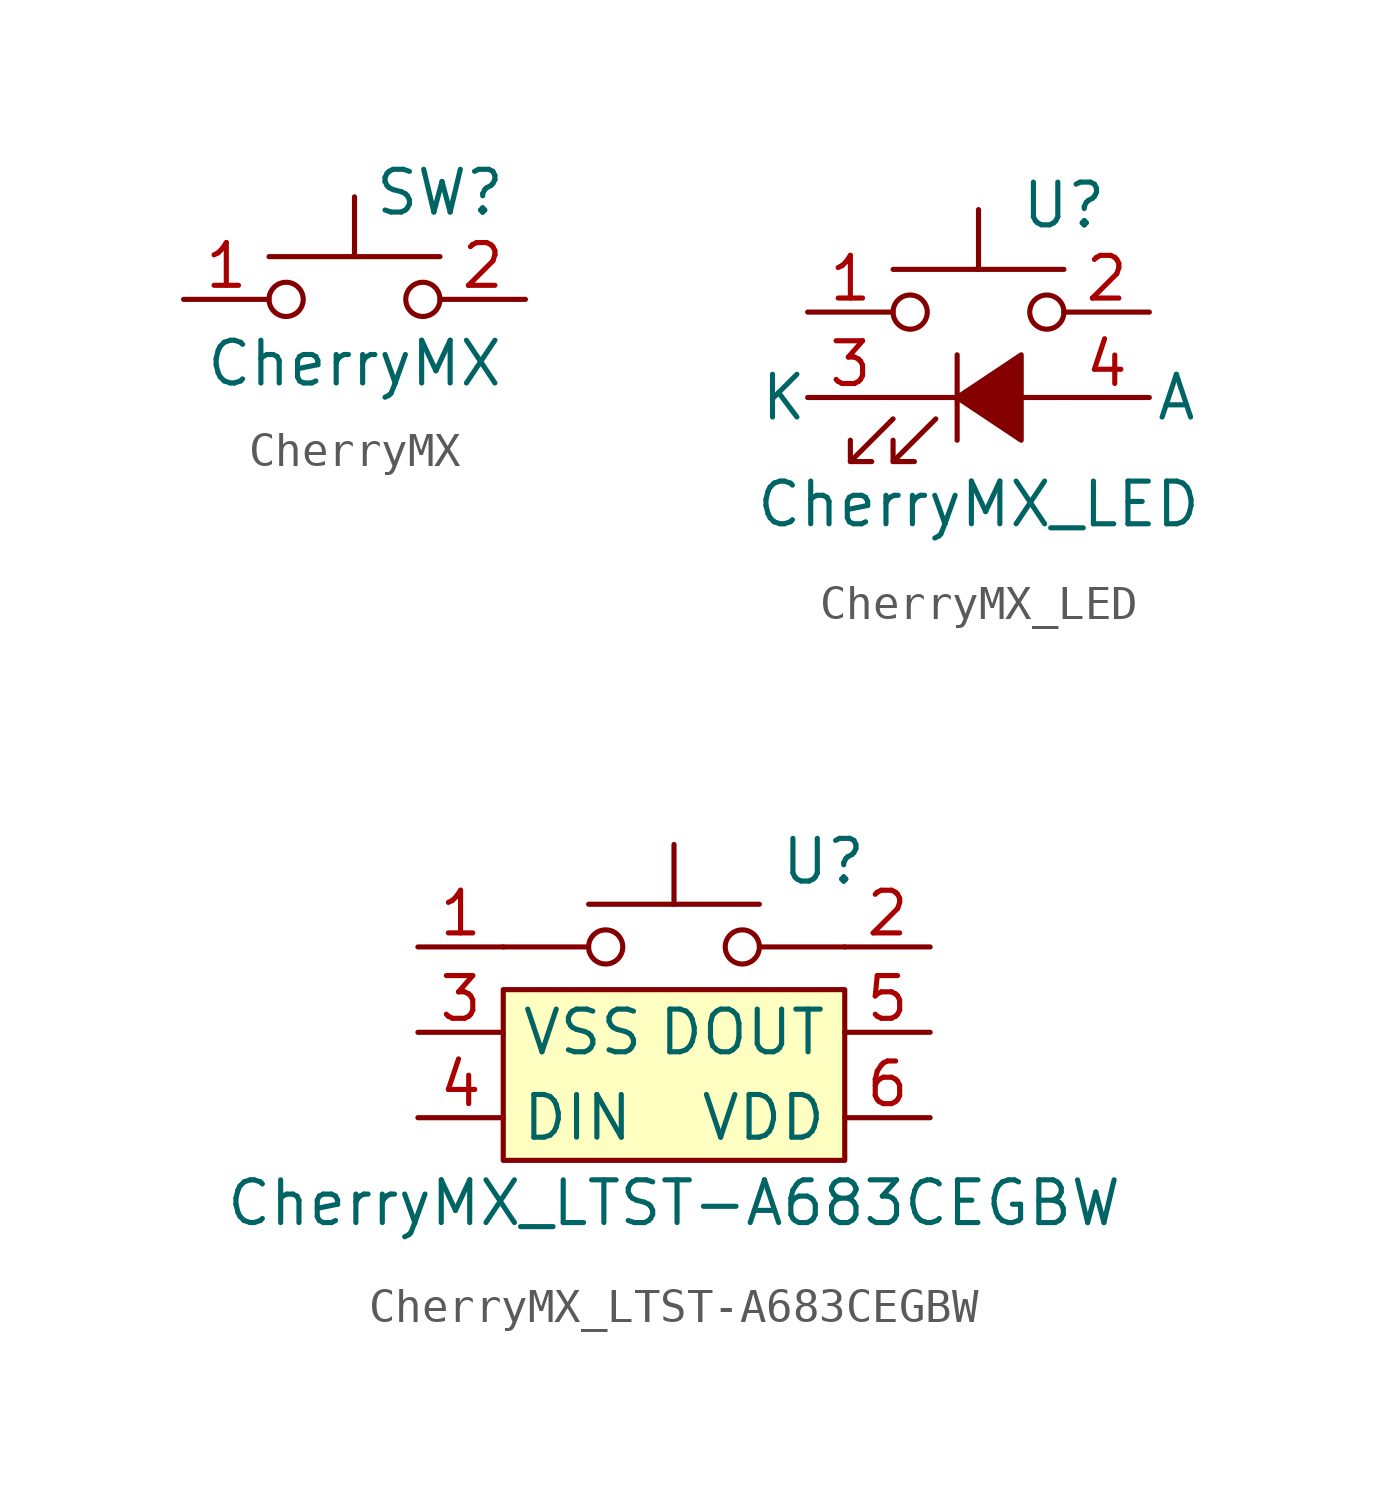
<source format=kicad_sym>
(kicad_symbol_lib
  (version 20241209)
  (generator "kicad_symbol_editor")
  (generator_version "9.0")
  (symbol "CherryMX"
    (pin_names
      (offset 0.254))
    (property "Reference" "SW"
      (at 2.54 3.175 0)
      (effects (font (size 1.27 1.27))))
    (property "Value" "CherryMX"
      (at 0 -1.905 0)
      (effects (font (size 1.27 1.27))))
    (symbol "CherryMX_1_1"
      (circle (center -2.032 0) (radius 0.508) (stroke (width 0) (type solid)) (fill (type none)))
      (polyline (pts (xy 0 1.27) (xy 0 3.048)) (stroke (width 0) (type solid)) (fill (type none)))
      (circle (center 2.032 0) (radius 0.508) (stroke (width 0) (type solid)) (fill (type none)))
      (polyline (pts (xy 2.54 1.27) (xy -2.54 1.27)) (stroke (width 0) (type solid)) (fill (type none)))
      (pin passive line (at -5.08 0 0) (length 2.54) (name "~" (effects (font (size 1.27 1.27)))) (number "1" (effects (font (size 1.27 1.27)))))
      (pin passive line (at 5.08 0 180) (length 2.54) (name "~" (effects (font (size 1.27 1.27)))) (number "2" (effects (font (size 1.27 1.27)))))))
  (symbol "CherryMX_LED"
    (pin_names
      (offset -3.988))
    (property "Reference" "U"
      (at 2.54 4.445 0)
      (effects (font (size 1.27 1.27))))
    (property "Value" "CherryMX_LED"
      (at 0 -4.445 0)
      (effects (font (size 1.27 1.27))))
    (symbol "CherryMX_LED_1_1"
      (polyline (pts (xy -3.81 -2.54) (xy -3.81 -3.175) (xy -3.175 -3.175)) (stroke (width 0) (type solid)) (fill (type none)))
      (polyline (pts (xy -3.81 -3.175) (xy -2.54 -1.905)) (stroke (width 0) (type solid)) (fill (type none)))
      (polyline (pts (xy -2.54 -1.27) (xy 2.54 -1.27)) (stroke (width 0) (type solid)) (fill (type none)))
      (polyline (pts (xy -2.54 -2.54) (xy -2.54 -3.175) (xy -1.905 -3.175)) (stroke (width 0) (type solid)) (fill (type none)))
      (polyline (pts (xy -2.54 -3.175) (xy -1.27 -1.905)) (stroke (width 0) (type solid)) (fill (type none)))
      (circle (center -2.032 1.27) (radius 0.508) (stroke (width 0) (type solid)) (fill (type none)))
      (polyline (pts (xy -0.635 0) (xy -0.635 -2.54)) (stroke (width 0) (type solid)) (fill (type none)))
      (polyline (pts (xy -0.635 -1.27) (xy 1.27 0) (xy 1.27 -2.54) (xy -0.635 -1.27)) (stroke (width 0) (type solid)) (fill (type outline)))
      (polyline (pts (xy 0 2.54) (xy 0 4.318)) (stroke (width 0) (type solid)) (fill (type none)))
      (circle (center 2.032 1.27) (radius 0.508) (stroke (width 0) (type solid)) (fill (type none)))
      (polyline (pts (xy 2.54 2.54) (xy -2.54 2.54)) (stroke (width 0) (type solid)) (fill (type none)))
      (pin passive line (at -5.08 1.27 0) (length 2.54) (name "~" (effects (font (size 1.27 1.27)))) (number "1" (effects (font (size 1.27 1.27)))))
      (pin passive line (at -5.08 -1.27 0) (length 2.54) (name "K" (effects (font (size 1.27 1.27)))) (number "3" (effects (font (size 1.27 1.27)))))
      (pin passive line (at 5.08 1.27 180) (length 2.54) (name "~" (effects (font (size 1.27 1.27)))) (number "2" (effects (font (size 1.27 1.27)))))
      (pin passive line (at 5.08 -1.27 180) (length 2.54) (name "A" (effects (font (size 1.27 1.27)))) (number "4" (effects (font (size 1.27 1.27)))))))
  (symbol "CherryMX_LTST-A683CEGBW"
    (property "Reference" "U"
      (at 4.445 5.08 0)
      (effects (font (size 1.27 1.27))))
    (property "Value" "CherryMX_LTST-A683CEGBW"
      (at 0 -5.08 0)
      (effects (font (size 1.27 1.27))))
    (symbol "CherryMX_LTST-A683CEGBW_0_1"
      (polyline (pts (xy -5.08 2.54) (xy -2.54 2.54)) (stroke (width 0) (type solid)) (fill (type none)))
      (rectangle (start -5.08 1.27) (end 5.08 -3.81) (stroke (width 0) (type solid)) (fill (type background)))
      (polyline (pts (xy 2.54 2.54) (xy 5.08 2.54)) (stroke (width 0) (type solid)) (fill (type none))))
    (symbol "CherryMX_LTST-A683CEGBW_1_1"
      (circle (center -2.032 2.54) (radius 0.508) (stroke (width 0) (type solid)) (fill (type none)))
      (polyline (pts (xy 0 3.81) (xy 0 5.588)) (stroke (width 0) (type solid)) (fill (type none)))
      (circle (center 2.032 2.54) (radius 0.508) (stroke (width 0) (type solid)) (fill (type none)))
      (polyline (pts (xy 2.54 3.81) (xy -2.54 3.81)) (stroke (width 0) (type solid)) (fill (type none)))
      (pin passive line (at -7.62 2.54 0) (length 2.54) (name "~" (effects (font (size 1.27 1.27)))) (number "1" (effects (font (size 1.27 1.27)))))
      (pin power_in line (at -7.62 0 0) (length 2.54) (name "VSS" (effects (font (size 1.27 1.27)))) (number "3" (effects (font (size 1.27 1.27)))))
      (pin input line (at -7.62 -2.54 0) (length 2.54) (name "DIN" (effects (font (size 1.27 1.27)))) (number "4" (effects (font (size 1.27 1.27)))))
      (pin passive line (at 7.62 2.54 180) (length 2.54) (name "~" (effects (font (size 1.27 1.27)))) (number "2" (effects (font (size 1.27 1.27)))))
      (pin output line (at 7.62 0 180) (length 2.54) (name "DOUT" (effects (font (size 1.27 1.27)))) (number "5" (effects (font (size 1.27 1.27)))))
      (pin power_in line (at 7.62 -2.54 180) (length 2.54) (name "VDD" (effects (font (size 1.27 1.27)))) (number "6" (effects (font (size 1.27 1.27))))))))
</source>
